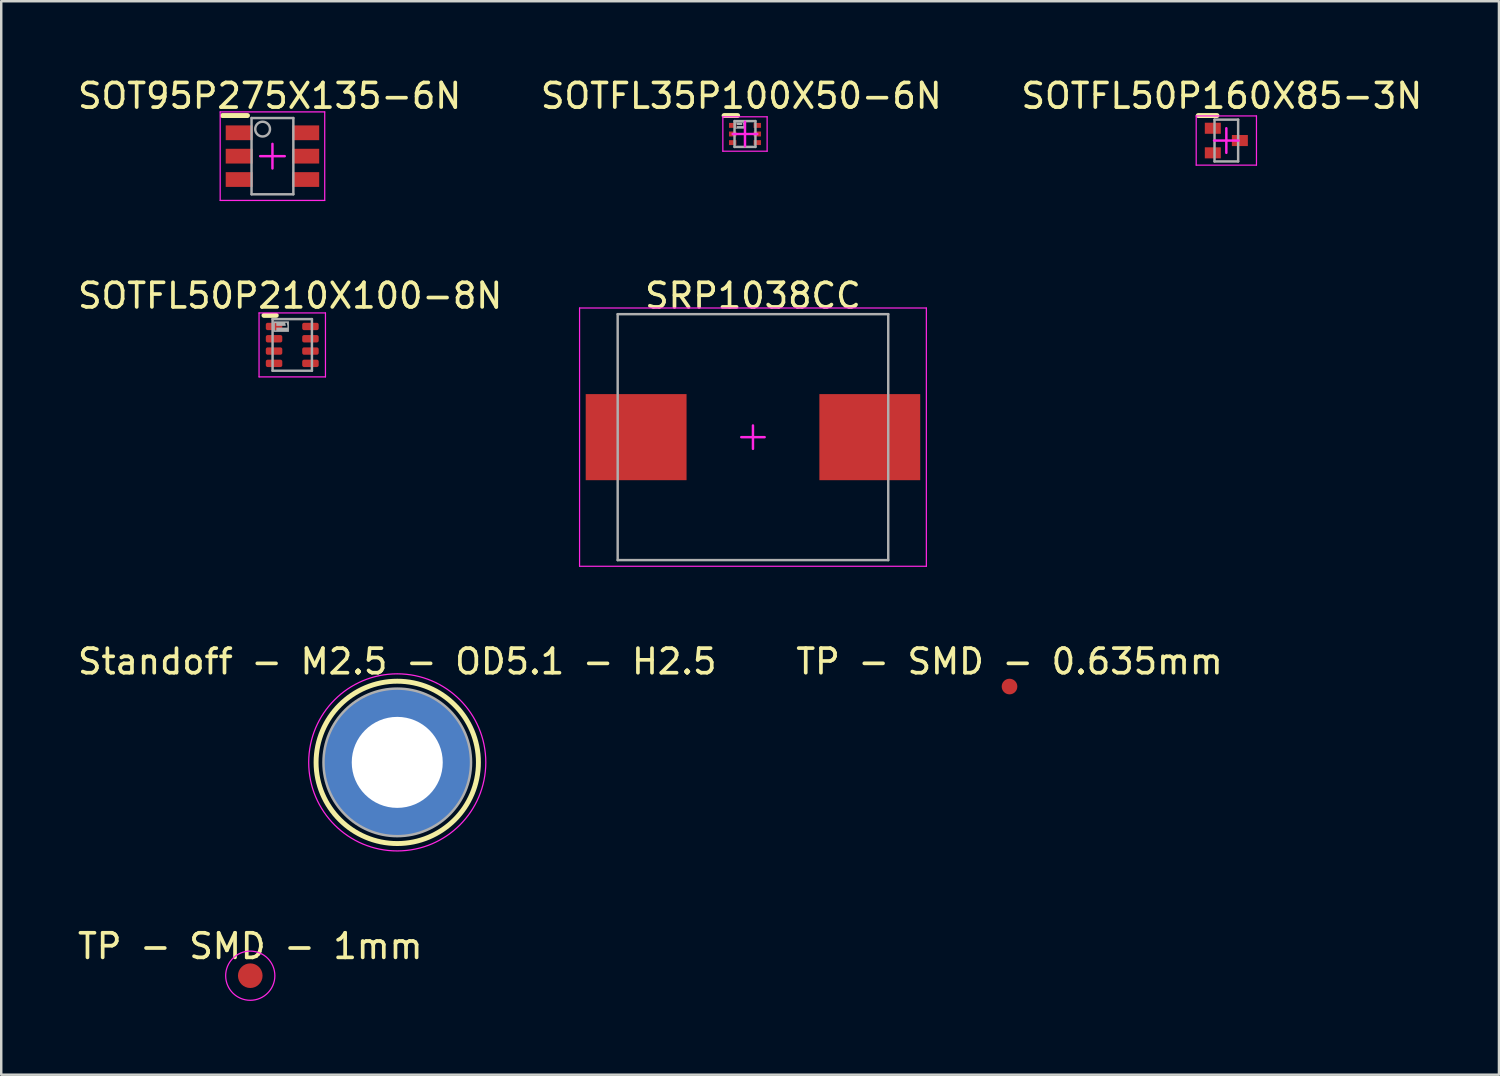
<source format=kicad_pcb>
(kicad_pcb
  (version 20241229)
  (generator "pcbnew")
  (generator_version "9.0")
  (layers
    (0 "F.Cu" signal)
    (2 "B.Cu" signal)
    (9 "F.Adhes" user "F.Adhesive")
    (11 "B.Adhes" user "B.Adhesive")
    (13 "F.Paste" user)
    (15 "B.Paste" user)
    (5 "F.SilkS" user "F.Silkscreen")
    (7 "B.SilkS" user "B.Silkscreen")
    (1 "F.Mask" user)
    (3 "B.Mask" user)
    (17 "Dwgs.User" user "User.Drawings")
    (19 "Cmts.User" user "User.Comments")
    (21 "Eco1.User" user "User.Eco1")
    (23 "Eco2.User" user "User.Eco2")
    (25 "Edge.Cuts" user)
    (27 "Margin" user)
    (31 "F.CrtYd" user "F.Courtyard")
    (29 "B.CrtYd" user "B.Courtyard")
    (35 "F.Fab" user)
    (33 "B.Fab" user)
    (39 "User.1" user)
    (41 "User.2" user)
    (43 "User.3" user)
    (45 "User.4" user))
  (footprint "Standoff - M2.5 - OD5.1 - H2.5"
    (layer "F.Cu")
    (at 13.101 27.946)
    (property "Reference" "Standoff - M2.5 - OD5.1 - H2.5" (at 0 -4.1 0) (layer "F.SilkS") (effects (font (size 1 1) (thickness 0.15))))
    (fp_circle (center 0 0) (end 0 -3.3) (stroke (width 0.2) (type solid)) (fill no) (layer "F.SilkS"))
    (fp_poly (pts (xy -2.902 -0.325) (xy -2.874 -0.57) (xy -2.738 -1.044) (xy -2.524 -1.488) (xy -2.239 -1.89) (xy -1.89 -2.239) (xy -1.488 -2.524) (xy -1.044 -2.738) (xy -0.57 -2.874) (xy -0.325 -2.902) (xy -0.325 -1.872) (xy -0.467 -1.842) (xy -0.743 -1.749) (xy -1.002 -1.615) (xy -1.237 -1.443) (xy -1.442 -1.237) (xy -1.614 -1.002) (xy -1.748 -0.744) (xy -1.842 -0.468) (xy -1.872 -0.325) (xy -1.872 -0.325)) (stroke (width 0) (type default)) (fill yes) (layer "F.Paste"))
    (fp_poly (pts (xy -0.325 2.902) (xy -0.57 2.874) (xy -1.044 2.738) (xy -1.488 2.524) (xy -1.89 2.239) (xy -2.239 1.89) (xy -2.524 1.488) (xy -2.738 1.044) (xy -2.874 0.57) (xy -2.902 0.325) (xy -1.872 0.325) (xy -1.842 0.467) (xy -1.749 0.743) (xy -1.615 1.002) (xy -1.443 1.237) (xy -1.237 1.442) (xy -1.002 1.614) (xy -0.744 1.748) (xy -0.468 1.842) (xy -0.325 1.872) (xy -0.325 1.872)) (stroke (width 0) (type default)) (fill yes) (layer "F.Paste"))
    (fp_poly (pts (xy 0.325 -2.902) (xy 0.57 -2.874) (xy 1.044 -2.738) (xy 1.488 -2.524) (xy 1.89 -2.239) (xy 2.239 -1.89) (xy 2.524 -1.488) (xy 2.738 -1.044) (xy 2.874 -0.57) (xy 2.902 -0.325) (xy 1.872 -0.325) (xy 1.842 -0.467) (xy 1.749 -0.743) (xy 1.615 -1.002) (xy 1.443 -1.237) (xy 1.237 -1.442) (xy 1.002 -1.614) (xy 0.744 -1.748) (xy 0.468 -1.842) (xy 0.325 -1.872) (xy 0.325 -1.872)) (stroke (width 0) (type default)) (fill yes) (layer "F.Paste"))
    (fp_poly (pts (xy 2.902 0.325) (xy 2.874 0.57) (xy 2.738 1.044) (xy 2.524 1.488) (xy 2.239 1.89) (xy 1.89 2.239) (xy 1.488 2.524) (xy 1.044 2.738) (xy 0.57 2.874) (xy 0.325 2.902) (xy 0.325 1.872) (xy 0.467 1.842) (xy 0.743 1.749) (xy 1.002 1.615) (xy 1.237 1.443) (xy 1.442 1.237) (xy 1.614 1.002) (xy 1.748 0.744) (xy 1.842 0.468) (xy 1.872 0.325) (xy 1.872 0.325)) (stroke (width 0) (type default)) (fill yes) (layer "F.Paste"))
    (fp_line (start -0.254 0) (end 0.254 0) (stroke (width 0.1) (type solid)) (layer "F.CrtYd"))
    (fp_line (start 0 0.254) (end 0 -0.254) (stroke (width 0.1) (type solid)) (layer "F.CrtYd"))
    (fp_circle (center 0 0) (end 0 -3.6) (stroke (width 0.05) (type solid)) (fill no) (layer "F.CrtYd"))
    (fp_circle (center 0 0) (end 0 -3) (stroke (width 0.1) (type solid)) (fill no) (layer "F.Fab"))
    (pad "1" thru_hole circle (at 0 0) (size 6 6) (drill 3.7) (layers "*.Cu" "*.Mask")))
  (footprint "TP - SMD - 0.635mm"
    (layer "F.Cu")
    (at 37.994 24.863)
    (property "Reference" "TP - SMD - 0.635mm" (at 0 -1.018 0) (layer "F.SilkS") (effects (font (size 1 1) (thickness 0.15))))
    (pad "1" smd circle (at 0 0) (size 0.635 0.635) (layers "F.Cu" "F.Mask" "F.Paste")))
  (footprint "SOTFL35P100X50-6N"
    (layer "F.Cu")
    (at 27.239 2.398)
    (property "Reference" "SOTFL35P100X50-6N" (at -0.15 -1.55 0) (layer "F.SilkS") (effects (font (size 1 1) (thickness 0.15))))
    (fp_line (start -0.85 -0.75) (end -0.3 -0.75) (stroke (width 0.2) (type solid)) (layer "F.SilkS"))
    (fp_line (start -0.9 -0.7) (end 0.9 -0.7) (stroke (width 0.05) (type solid)) (layer "F.CrtYd"))
    (fp_line (start -0.9 0.7) (end -0.9 -0.7) (stroke (width 0.05) (type solid)) (layer "F.CrtYd"))
    (fp_line (start -0.9 0.7) (end 0.9 0.7) (stroke (width 0.05) (type solid)) (layer "F.CrtYd"))
    (fp_line (start -0.5 0) (end 0.5 0) (stroke (width 0.1) (type solid)) (layer "F.CrtYd"))
    (fp_line (start 0 0.5) (end 0 -0.5) (stroke (width 0.1) (type solid)) (layer "F.CrtYd"))
    (fp_line (start 0.9 0.7) (end 0.9 -0.7) (stroke (width 0.05) (type solid)) (layer "F.CrtYd"))
    (fp_line (start -0.425 -0.525) (end 0.425 -0.525) (stroke (width 0.1) (type solid)) (layer "F.Fab"))
    (fp_line (start -0.425 0.525) (end -0.425 -0.525) (stroke (width 0.1) (type solid)) (layer "F.Fab"))
    (fp_line (start -0.425 0.525) (end 0.425 0.525) (stroke (width 0.1) (type solid)) (layer "F.Fab"))
    (fp_line (start 0.425 0.525) (end 0.425 -0.525) (stroke (width 0.1) (type solid)) (layer "F.Fab"))
    (fp_text user "1" (at -0.25 -0.35 270) (unlocked yes) (layer "F.Fab" knockout) (effects (font (face "Arial") (size 0.3 0.3) (thickness 0.254))))
    (pad "1" smd rect (at -0.5 -0.35 90) (size 0.2 0.3) (layers "F.Cu" "F.Mask" "F.Paste"))
    (pad "2" smd rect (at -0.5 0 90) (size 0.2 0.3) (layers "F.Cu" "F.Mask" "F.Paste"))
    (pad "3" smd rect (at -0.5 0.35 90) (size 0.2 0.3) (layers "F.Cu" "F.Mask" "F.Paste"))
    (pad "4" smd rect (at 0.5 0.35 90) (size 0.2 0.3) (layers "F.Cu" "F.Mask" "F.Paste"))
    (pad "5" smd rect (at 0.5 0 90) (size 0.2 0.3) (layers "F.Cu" "F.Mask" "F.Paste"))
    (pad "6" smd rect (at 0.5 -0.35 90) (size 0.2 0.3) (layers "F.Cu" "F.Mask" "F.Paste")))
  (footprint "SRP1038CC"
    (layer "F.Cu")
    (at 27.563 14.723)
    (property "Reference" "SRP1038CC" (at 0 -5.75 0) (layer "F.SilkS") (effects (font (size 1 1) (thickness 0.15))))
    (fp_line (start -7.05 -5.25) (end 7.05 -5.25) (stroke (width 0.05) (type solid)) (layer "F.CrtYd"))
    (fp_line (start -7.05 5.25) (end -7.05 -5.25) (stroke (width 0.05) (type solid)) (layer "F.CrtYd"))
    (fp_line (start -7.05 5.25) (end 7.05 5.25) (stroke (width 0.05) (type solid)) (layer "F.CrtYd"))
    (fp_line (start -0.475 0) (end 0.475 0) (stroke (width 0.1) (type solid)) (layer "F.CrtYd"))
    (fp_line (start 0 0.475) (end 0 -0.475) (stroke (width 0.1) (type solid)) (layer "F.CrtYd"))
    (fp_line (start 7.05 5.25) (end 7.05 -5.25) (stroke (width 0.05) (type solid)) (layer "F.CrtYd"))
    (fp_line (start -5.5 -5) (end 5.5 -5) (stroke (width 0.1) (type solid)) (layer "F.Fab"))
    (fp_line (start -5.5 5) (end -5.5 -5) (stroke (width 0.1) (type solid)) (layer "F.Fab"))
    (fp_line (start -5.5 5) (end 5.5 5) (stroke (width 0.1) (type solid)) (layer "F.Fab"))
    (fp_line (start 5.5 5) (end 5.5 -5) (stroke (width 0.1) (type solid)) (layer "F.Fab"))
    (pad "1" smd rect (at -4.75 0) (size 4.1 3.5) (layers "F.Cu" "F.Mask" "F.Paste"))
    (pad "2" smd rect (at 4.75 0) (size 4.1 3.5) (layers "F.Cu" "F.Mask" "F.Paste")))
  (footprint "SOTFL50P210X100-8N"
    (layer "F.Cu")
    (at 8.832 10.973)
    (property "Reference" "SOTFL50P210X100-8N" (at -0.087 -2 0) (layer "F.SilkS") (effects (font (size 1 1) (thickness 0.15))))
    (fp_line (start -1.15 -1.2) (end -0.65 -1.2) (stroke (width 0.2) (type solid)) (layer "F.SilkS"))
    (fp_line (start -1.35 -1.3) (end 1.35 -1.3) (stroke (width 0.05) (type solid)) (layer "F.CrtYd"))
    (fp_line (start -1.35 1.3) (end -1.35 -1.3) (stroke (width 0.05) (type solid)) (layer "F.CrtYd"))
    (fp_line (start -1.35 1.3) (end 1.35 1.3) (stroke (width 0.05) (type solid)) (layer "F.CrtYd"))
    (fp_line (start 1.35 1.3) (end 1.35 -1.3) (stroke (width 0.05) (type solid)) (layer "F.CrtYd"))
    (fp_line (start -0.8 -1.05) (end 0.8 -1.05) (stroke (width 0.1) (type solid)) (layer "F.Fab"))
    (fp_line (start -0.8 1.05) (end -0.8 -1.05) (stroke (width 0.1) (type solid)) (layer "F.Fab"))
    (fp_line (start -0.8 1.05) (end 0.8 1.05) (stroke (width 0.1) (type solid)) (layer "F.Fab"))
    (fp_line (start 0.8 1.05) (end 0.8 -1.05) (stroke (width 0.1) (type solid)) (layer "F.Fab"))
    (fp_text user "1" (at -0.5 -0.75 270) (unlocked yes) (layer "F.Fab" knockout) (effects (font (face "Arial") (size 0.5 0.5) (thickness 0.254))))
    (pad "1" smd roundrect (at -0.74 -0.75) (size 0.67 0.3) (layers "F.Cu" "F.Mask" "F.Paste") (roundrect_rratio 0.25))
    (pad "2" smd roundrect (at -0.74 -0.25) (size 0.67 0.3) (layers "F.Cu" "F.Mask" "F.Paste") (roundrect_rratio 0.25))
    (pad "3" smd roundrect (at -0.74 0.25) (size 0.67 0.3) (layers "F.Cu" "F.Mask" "F.Paste") (roundrect_rratio 0.25))
    (pad "4" smd roundrect (at -0.74 0.75) (size 0.67 0.3) (layers "F.Cu" "F.Mask" "F.Paste") (roundrect_rratio 0.25))
    (pad "5" smd roundrect (at 0.74 0.75) (size 0.67 0.3) (layers "F.Cu" "F.Mask" "F.Paste") (roundrect_rratio 0.25))
    (pad "6" smd roundrect (at 0.74 0.25) (size 0.67 0.3) (layers "F.Cu" "F.Mask" "F.Paste") (roundrect_rratio 0.25))
    (pad "7" smd roundrect (at 0.74 -0.25) (size 0.67 0.3) (layers "F.Cu" "F.Mask" "F.Paste") (roundrect_rratio 0.25))
    (pad "8" smd roundrect (at 0.74 -0.75) (size 0.67 0.3) (layers "F.Cu" "F.Mask" "F.Paste") (roundrect_rratio 0.25)))
  (footprint "SOT95P275X135-6N"
    (layer "F.Cu")
    (at 8.027 3.299)
    (property "Reference" "SOT95P275X135-6N" (at -0.116 -2.451 0) (layer "F.SilkS") (effects (font (size 1 1) (thickness 0.15))))
    (fp_line (start -2.032 -1.651) (end -1.016 -1.651) (stroke (width 0.2) (type solid)) (layer "F.SilkS"))
    (fp_line (start -2.125 -1.8) (end 2.125 -1.8) (stroke (width 0.05) (type solid)) (layer "F.CrtYd"))
    (fp_line (start -2.125 1.8) (end -2.125 -1.8) (stroke (width 0.05) (type solid)) (layer "F.CrtYd"))
    (fp_line (start -2.125 1.8) (end 2.125 1.8) (stroke (width 0.05) (type solid)) (layer "F.CrtYd"))
    (fp_line (start -0.5 0) (end 0.5 0) (stroke (width 0.1) (type solid)) (layer "F.CrtYd"))
    (fp_line (start 0 0.5) (end 0 -0.5) (stroke (width 0.1) (type solid)) (layer "F.CrtYd"))
    (fp_line (start 2.125 1.8) (end 2.125 -1.8) (stroke (width 0.05) (type solid)) (layer "F.CrtYd"))
    (fp_line (start -0.85 -1.55) (end 0.85 -1.55) (stroke (width 0.1) (type solid)) (layer "F.Fab"))
    (fp_line (start -0.85 1.55) (end -0.85 -1.55) (stroke (width 0.1) (type solid)) (layer "F.Fab"))
    (fp_line (start -0.85 1.55) (end 0.85 1.55) (stroke (width 0.1) (type solid)) (layer "F.Fab"))
    (fp_line (start 0.85 1.55) (end 0.85 -1.55) (stroke (width 0.1) (type solid)) (layer "F.Fab"))
    (fp_circle (center -0.4 -1.1) (end -0.1 -1.1) (stroke (width 0.1) (type solid)) (fill no) (layer "F.Fab"))
    (pad "1" smd rect (at -1.35 -0.95 90) (size 0.6 1.1) (layers "F.Cu" "F.Mask" "F.Paste"))
    (pad "2" smd rect (at -1.35 0 90) (size 0.6 1.1) (layers "F.Cu" "F.Mask" "F.Paste"))
    (pad "3" smd rect (at -1.35 0.95 90) (size 0.6 1.1) (layers "F.Cu" "F.Mask" "F.Paste"))
    (pad "4" smd rect (at 1.35 0.95 90) (size 0.6 1.1) (layers "F.Cu" "F.Mask" "F.Paste"))
    (pad "5" smd rect (at 1.35 0 90) (size 0.6 1.1) (layers "F.Cu" "F.Mask" "F.Paste"))
    (pad "6" smd rect (at 1.35 -0.95 90) (size 0.6 1.1) (layers "F.Cu" "F.Mask" "F.Paste")))
  (footprint "TP - SMD - 1mm"
    (layer "F.Cu")
    (at 7.125 36.619)
    (property "Reference" "TP - SMD - 1mm" (at 0 -1.2 0) (layer "F.SilkS") (effects (font (size 1 1) (thickness 0.15))))
    (fp_circle (center 0 0) (end 0 -1) (stroke (width 0.05) (type solid)) (fill no) (layer "F.CrtYd"))
    (pad "1" smd circle (at 0 0) (size 1 1) (layers "F.Cu" "F.Mask" "F.Paste")))
  (footprint "SOTFL50P160X85-3N"
    (layer "F.Cu")
    (at 46.809 2.664)
    (property "Reference" "SOTFL50P160X85-3N" (at -0.184 -1.816 0) (layer "F.SilkS") (effects (font (size 1 1) (thickness 0.15))))
    (fp_line (start -1.143 -1.016) (end -0.381 -1.016) (stroke (width 0.2) (type solid)) (layer "F.SilkS"))
    (fp_line (start -1.225 -1) (end 1.225 -1) (stroke (width 0.05) (type solid)) (layer "F.CrtYd"))
    (fp_line (start -1.225 1) (end -1.225 -1) (stroke (width 0.05) (type solid)) (layer "F.CrtYd"))
    (fp_line (start -1.225 1) (end 1.225 1) (stroke (width 0.05) (type solid)) (layer "F.CrtYd"))
    (fp_line (start -0.5 0) (end 0.5 0) (stroke (width 0.1) (type solid)) (layer "F.CrtYd"))
    (fp_line (start 0 0.5) (end 0 -0.5) (stroke (width 0.1) (type solid)) (layer "F.CrtYd"))
    (fp_line (start 1.225 1) (end 1.225 -1) (stroke (width 0.05) (type solid)) (layer "F.CrtYd"))
    (fp_line (start -0.48 -0.85) (end 0.48 -0.85) (stroke (width 0.1) (type solid)) (layer "F.Fab"))
    (fp_line (start -0.48 0.85) (end -0.48 -0.85) (stroke (width 0.1) (type solid)) (layer "F.Fab"))
    (fp_line (start -0.48 0.85) (end 0.48 0.85) (stroke (width 0.1) (type solid)) (layer "F.Fab"))
    (fp_line (start 0.48 0.85) (end 0.48 -0.85) (stroke (width 0.1) (type solid)) (layer "F.Fab"))
    (pad "1" smd rect (at -0.55 -0.5 90) (size 0.45 0.65) (layers "F.Cu" "F.Mask" "F.Paste"))
    (pad "2" smd rect (at -0.55 0.5 90) (size 0.45 0.65) (layers "F.Cu" "F.Mask" "F.Paste"))
    (pad "3" smd rect (at 0.55 0 90) (size 0.45 0.65) (layers "F.Cu" "F.Mask" "F.Paste")))
  (gr_rect
    (start -3 -3)
    (end 57.893 40.644)
    (stroke (width 0.1) (type default))
    (fill no)
    (layer "Edge.Cuts")))
</source>
